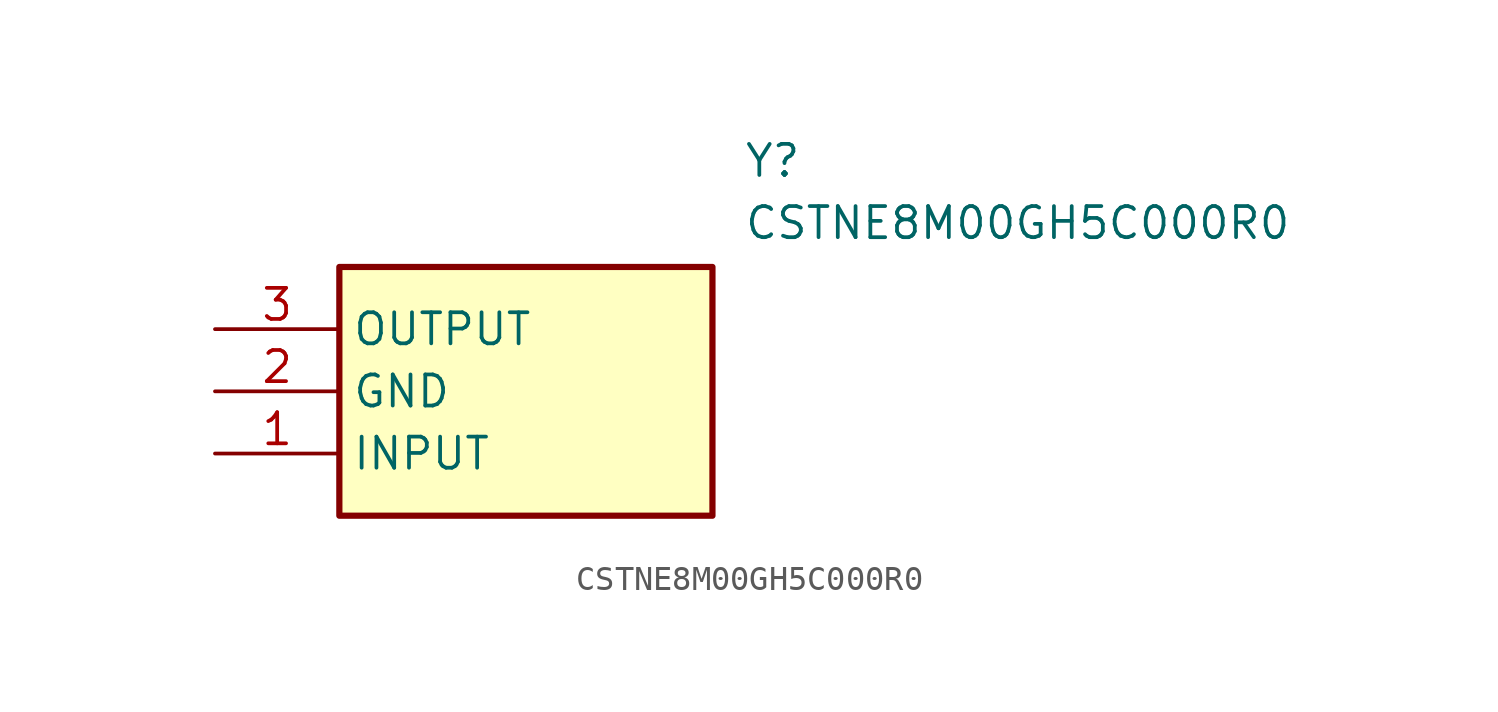
<source format=kicad_sym>
(kicad_symbol_lib
  (version 20241209)
  (generator "kicad_symbol_editor")
  (generator_version "9.0")
  (symbol "CSTNE8M00GH5C000R0"
    (property "Reference" "Y"
      (at 21.59 7.62 0)
      (effects (font (size 1.27 1.27)) (justify left top)))
    (property "Value" "CSTNE8M00GH5C000R0"
      (at 21.59 5.08 0)
      (effects (font (size 1.27 1.27)) (justify left top)))
    (symbol "CSTNE8M00GH5C000R0_1_1"
      (rectangle (start 5.08 2.54) (end 20.32 -7.62) (stroke (width 0.254) (type default)) (fill (type background)))
      (pin passive line (at 0 0 0) (length 5.08) (name "OUTPUT" (effects (font (size 1.27 1.27)))) (number "3" (effects (font (size 1.27 1.27)))))
      (pin passive line (at 0 -2.54 0) (length 5.08) (name "GND" (effects (font (size 1.27 1.27)))) (number "2" (effects (font (size 1.27 1.27)))))
      (pin passive line (at 0 -5.08 0) (length 5.08) (name "INPUT" (effects (font (size 1.27 1.27)))) (number "1" (effects (font (size 1.27 1.27))))))))
</source>
